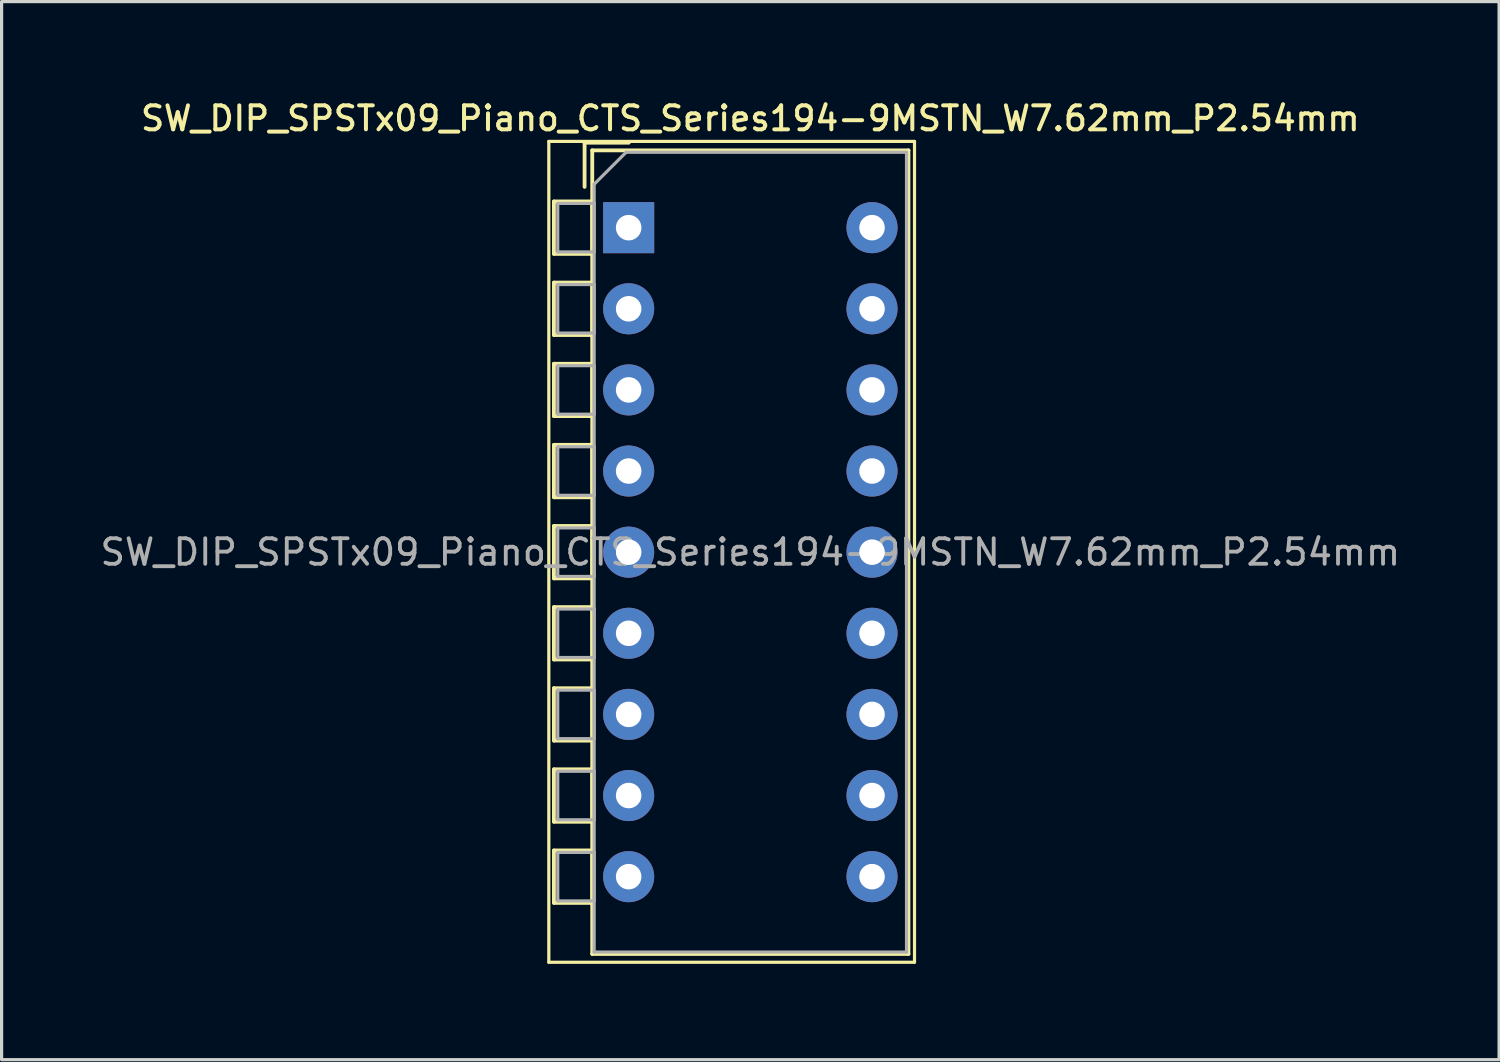
<source format=kicad_pcb>
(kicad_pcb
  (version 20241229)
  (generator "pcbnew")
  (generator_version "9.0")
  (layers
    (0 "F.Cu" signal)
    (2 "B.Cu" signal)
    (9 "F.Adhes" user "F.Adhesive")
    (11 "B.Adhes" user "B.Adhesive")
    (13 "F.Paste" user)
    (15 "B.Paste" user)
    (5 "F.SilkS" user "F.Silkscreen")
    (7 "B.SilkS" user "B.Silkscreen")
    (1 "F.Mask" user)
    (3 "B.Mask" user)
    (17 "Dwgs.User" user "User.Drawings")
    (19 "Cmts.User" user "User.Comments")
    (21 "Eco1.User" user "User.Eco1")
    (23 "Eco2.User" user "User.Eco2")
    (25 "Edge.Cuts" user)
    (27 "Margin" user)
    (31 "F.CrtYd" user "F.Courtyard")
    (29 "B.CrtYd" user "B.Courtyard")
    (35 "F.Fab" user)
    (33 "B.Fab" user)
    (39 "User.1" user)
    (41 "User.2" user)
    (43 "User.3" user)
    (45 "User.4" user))
  (footprint "SW_DIP_SPSTx09_Piano_CTS_Series194-9MSTN_W7.62mm_P2.54mm"
    (layer "F.Cu")
    (at 16.633 4.078)
    (property "Reference" "SW_DIP_SPSTx09_Piano_CTS_Series194-9MSTN_W7.62mm_P2.54mm" (at 3.81 -3.42 0) (layer "F.SilkS") (effects (font (size 0.75 0.75) (thickness 0.125))))
    (attr through_hole)
    (fp_line (start -2.5 -2.7) (end -2.5 23) (stroke (width 0.1) (type solid)) (layer "F.SilkS"))
    (fp_line (start -2.5 23) (end 8.95 23) (stroke (width 0.1) (type solid)) (layer "F.SilkS"))
    (fp_line (start -2.34 -0.82) (end -2.34 0.82) (stroke (width 0.12) (type solid)) (layer "F.SilkS"))
    (fp_line (start -2.34 -0.82) (end -1.14 -0.82) (stroke (width 0.12) (type solid)) (layer "F.SilkS"))
    (fp_line (start -2.34 0.82) (end -1.14 0.82) (stroke (width 0.12) (type solid)) (layer "F.SilkS"))
    (fp_line (start -2.34 1.72) (end -2.34 3.361) (stroke (width 0.12) (type solid)) (layer "F.SilkS"))
    (fp_line (start -2.34 1.72) (end -1.14 1.72) (stroke (width 0.12) (type solid)) (layer "F.SilkS"))
    (fp_line (start -2.34 3.361) (end -1.14 3.361) (stroke (width 0.12) (type solid)) (layer "F.SilkS"))
    (fp_line (start -2.34 4.261) (end -2.34 5.9) (stroke (width 0.12) (type solid)) (layer "F.SilkS"))
    (fp_line (start -2.34 4.261) (end -1.14 4.261) (stroke (width 0.12) (type solid)) (layer "F.SilkS"))
    (fp_line (start -2.34 5.9) (end -1.14 5.9) (stroke (width 0.12) (type solid)) (layer "F.SilkS"))
    (fp_line (start -2.34 6.801) (end -2.34 8.441) (stroke (width 0.12) (type solid)) (layer "F.SilkS"))
    (fp_line (start -2.34 6.801) (end -1.14 6.801) (stroke (width 0.12) (type solid)) (layer "F.SilkS"))
    (fp_line (start -2.34 8.441) (end -1.14 8.441) (stroke (width 0.12) (type solid)) (layer "F.SilkS"))
    (fp_line (start -2.34 9.34) (end -2.34 10.98) (stroke (width 0.12) (type solid)) (layer "F.SilkS"))
    (fp_line (start -2.34 9.34) (end -1.14 9.34) (stroke (width 0.12) (type solid)) (layer "F.SilkS"))
    (fp_line (start -2.34 10.98) (end -1.14 10.98) (stroke (width 0.12) (type solid)) (layer "F.SilkS"))
    (fp_line (start -2.34 11.88) (end -2.34 13.52) (stroke (width 0.12) (type solid)) (layer "F.SilkS"))
    (fp_line (start -2.34 11.88) (end -1.14 11.88) (stroke (width 0.12) (type solid)) (layer "F.SilkS"))
    (fp_line (start -2.34 13.52) (end -1.14 13.52) (stroke (width 0.12) (type solid)) (layer "F.SilkS"))
    (fp_line (start -2.34 14.42) (end -2.34 16.06) (stroke (width 0.12) (type solid)) (layer "F.SilkS"))
    (fp_line (start -2.34 14.42) (end -1.14 14.42) (stroke (width 0.12) (type solid)) (layer "F.SilkS"))
    (fp_line (start -2.34 16.06) (end -1.14 16.06) (stroke (width 0.12) (type solid)) (layer "F.SilkS"))
    (fp_line (start -2.34 16.96) (end -2.34 18.6) (stroke (width 0.12) (type solid)) (layer "F.SilkS"))
    (fp_line (start -2.34 16.96) (end -1.14 16.96) (stroke (width 0.12) (type solid)) (layer "F.SilkS"))
    (fp_line (start -2.34 18.6) (end -1.14 18.6) (stroke (width 0.12) (type solid)) (layer "F.SilkS"))
    (fp_line (start -2.34 19.5) (end -2.34 21.14) (stroke (width 0.12) (type solid)) (layer "F.SilkS"))
    (fp_line (start -2.34 19.5) (end -1.14 19.5) (stroke (width 0.12) (type solid)) (layer "F.SilkS"))
    (fp_line (start -2.34 21.14) (end -1.14 21.14) (stroke (width 0.12) (type solid)) (layer "F.SilkS"))
    (fp_line (start -1.38 -2.66) (end -1.38 -1.277) (stroke (width 0.12) (type solid)) (layer "F.SilkS"))
    (fp_line (start -1.38 -2.66) (end 0.004 -2.66) (stroke (width 0.12) (type solid)) (layer "F.SilkS"))
    (fp_line (start -1.14 -2.42) (end -1.14 22.74) (stroke (width 0.12) (type solid)) (layer "F.SilkS"))
    (fp_line (start -1.14 -2.42) (end 8.76 -2.42) (stroke (width 0.12) (type solid)) (layer "F.SilkS"))
    (fp_line (start -1.14 -0.82) (end -1.14 0.82) (stroke (width 0.12) (type solid)) (layer "F.SilkS"))
    (fp_line (start -1.14 1.72) (end -1.14 3.361) (stroke (width 0.12) (type solid)) (layer "F.SilkS"))
    (fp_line (start -1.14 4.261) (end -1.14 5.9) (stroke (width 0.12) (type solid)) (layer "F.SilkS"))
    (fp_line (start -1.14 6.801) (end -1.14 8.441) (stroke (width 0.12) (type solid)) (layer "F.SilkS"))
    (fp_line (start -1.14 9.34) (end -1.14 10.98) (stroke (width 0.12) (type solid)) (layer "F.SilkS"))
    (fp_line (start -1.14 11.88) (end -1.14 13.52) (stroke (width 0.12) (type solid)) (layer "F.SilkS"))
    (fp_line (start -1.14 14.42) (end -1.14 16.06) (stroke (width 0.12) (type solid)) (layer "F.SilkS"))
    (fp_line (start -1.14 16.96) (end -1.14 18.6) (stroke (width 0.12) (type solid)) (layer "F.SilkS"))
    (fp_line (start -1.14 19.5) (end -1.14 21.14) (stroke (width 0.12) (type solid)) (layer "F.SilkS"))
    (fp_line (start -1.14 22.74) (end 8.76 22.74) (stroke (width 0.12) (type solid)) (layer "F.SilkS"))
    (fp_line (start 8.76 -2.42) (end 8.76 22.74) (stroke (width 0.12) (type solid)) (layer "F.SilkS"))
    (fp_line (start 8.95 -2.7) (end -2.5 -2.7) (stroke (width 0.1) (type solid)) (layer "F.SilkS"))
    (fp_line (start 8.95 23) (end 8.95 -2.7) (stroke (width 0.1) (type solid)) (layer "F.SilkS"))
    (fp_line (start -2.22 -0.76) (end -1.08 -0.76) (stroke (width 0.1) (type solid)) (layer "F.Fab"))
    (fp_line (start -2.22 0.76) (end -2.22 -0.76) (stroke (width 0.1) (type solid)) (layer "F.Fab"))
    (fp_line (start -2.22 1.78) (end -1.08 1.78) (stroke (width 0.1) (type solid)) (layer "F.Fab"))
    (fp_line (start -2.22 3.3) (end -2.22 1.78) (stroke (width 0.1) (type solid)) (layer "F.Fab"))
    (fp_line (start -2.22 4.32) (end -1.08 4.32) (stroke (width 0.1) (type solid)) (layer "F.Fab"))
    (fp_line (start -2.22 5.84) (end -2.22 4.32) (stroke (width 0.1) (type solid)) (layer "F.Fab"))
    (fp_line (start -2.22 6.86) (end -1.08 6.86) (stroke (width 0.1) (type solid)) (layer "F.Fab"))
    (fp_line (start -2.22 8.38) (end -2.22 6.86) (stroke (width 0.1) (type solid)) (layer "F.Fab"))
    (fp_line (start -2.22 9.4) (end -1.08 9.4) (stroke (width 0.1) (type solid)) (layer "F.Fab"))
    (fp_line (start -2.22 10.92) (end -2.22 9.4) (stroke (width 0.1) (type solid)) (layer "F.Fab"))
    (fp_line (start -2.22 11.94) (end -1.08 11.94) (stroke (width 0.1) (type solid)) (layer "F.Fab"))
    (fp_line (start -2.22 13.46) (end -2.22 11.94) (stroke (width 0.1) (type solid)) (layer "F.Fab"))
    (fp_line (start -2.22 14.48) (end -1.08 14.48) (stroke (width 0.1) (type solid)) (layer "F.Fab"))
    (fp_line (start -2.22 16) (end -2.22 14.48) (stroke (width 0.1) (type solid)) (layer "F.Fab"))
    (fp_line (start -2.22 17.02) (end -1.08 17.02) (stroke (width 0.1) (type solid)) (layer "F.Fab"))
    (fp_line (start -2.22 18.54) (end -2.22 17.02) (stroke (width 0.1) (type solid)) (layer "F.Fab"))
    (fp_line (start -2.22 19.56) (end -1.08 19.56) (stroke (width 0.1) (type solid)) (layer "F.Fab"))
    (fp_line (start -2.22 21.08) (end -2.22 19.56) (stroke (width 0.1) (type solid)) (layer "F.Fab"))
    (fp_line (start -1.08 -1.36) (end -0.08 -2.36) (stroke (width 0.1) (type solid)) (layer "F.Fab"))
    (fp_line (start -1.08 -0.76) (end -1.08 0.76) (stroke (width 0.1) (type solid)) (layer "F.Fab"))
    (fp_line (start -1.08 0.76) (end -2.22 0.76) (stroke (width 0.1) (type solid)) (layer "F.Fab"))
    (fp_line (start -1.08 1.78) (end -1.08 3.3) (stroke (width 0.1) (type solid)) (layer "F.Fab"))
    (fp_line (start -1.08 3.3) (end -2.22 3.3) (stroke (width 0.1) (type solid)) (layer "F.Fab"))
    (fp_line (start -1.08 4.32) (end -1.08 5.84) (stroke (width 0.1) (type solid)) (layer "F.Fab"))
    (fp_line (start -1.08 5.84) (end -2.22 5.84) (stroke (width 0.1) (type solid)) (layer "F.Fab"))
    (fp_line (start -1.08 6.86) (end -1.08 8.38) (stroke (width 0.1) (type solid)) (layer "F.Fab"))
    (fp_line (start -1.08 8.38) (end -2.22 8.38) (stroke (width 0.1) (type solid)) (layer "F.Fab"))
    (fp_line (start -1.08 9.4) (end -1.08 10.92) (stroke (width 0.1) (type solid)) (layer "F.Fab"))
    (fp_line (start -1.08 10.92) (end -2.22 10.92) (stroke (width 0.1) (type solid)) (layer "F.Fab"))
    (fp_line (start -1.08 11.94) (end -1.08 13.46) (stroke (width 0.1) (type solid)) (layer "F.Fab"))
    (fp_line (start -1.08 13.46) (end -2.22 13.46) (stroke (width 0.1) (type solid)) (layer "F.Fab"))
    (fp_line (start -1.08 14.48) (end -1.08 16) (stroke (width 0.1) (type solid)) (layer "F.Fab"))
    (fp_line (start -1.08 16) (end -2.22 16) (stroke (width 0.1) (type solid)) (layer "F.Fab"))
    (fp_line (start -1.08 17.02) (end -1.08 18.54) (stroke (width 0.1) (type solid)) (layer "F.Fab"))
    (fp_line (start -1.08 18.54) (end -2.22 18.54) (stroke (width 0.1) (type solid)) (layer "F.Fab"))
    (fp_line (start -1.08 19.56) (end -1.08 21.08) (stroke (width 0.1) (type solid)) (layer "F.Fab"))
    (fp_line (start -1.08 21.08) (end -2.22 21.08) (stroke (width 0.1) (type solid)) (layer "F.Fab"))
    (fp_line (start -1.08 22.68) (end -1.08 -1.36) (stroke (width 0.1) (type solid)) (layer "F.Fab"))
    (fp_line (start -0.08 -2.36) (end 8.7 -2.36) (stroke (width 0.1) (type solid)) (layer "F.Fab"))
    (fp_line (start 8.7 -2.36) (end 8.7 22.68) (stroke (width 0.1) (type solid)) (layer "F.Fab"))
    (fp_line (start 8.7 22.68) (end -1.08 22.68) (stroke (width 0.1) (type solid)) (layer "F.Fab"))
    (fp_text user "${REFERENCE}" (at 3.81 10.16 0) (layer "F.Fab") (effects (font (size 0.8 0.8) (thickness 0.12))))
    (pad "1" thru_hole rect (at 0 0) (size 1.6 1.6) (drill 0.8) (layers "*.Cu" "*.Mask"))
    (pad "2" thru_hole oval (at 0 2.54) (size 1.6 1.6) (drill 0.8) (layers "*.Cu" "*.Mask"))
    (pad "3" thru_hole oval (at 0 5.08) (size 1.6 1.6) (drill 0.8) (layers "*.Cu" "*.Mask"))
    (pad "4" thru_hole oval (at 0 7.62) (size 1.6 1.6) (drill 0.8) (layers "*.Cu" "*.Mask"))
    (pad "5" thru_hole oval (at 0 10.16) (size 1.6 1.6) (drill 0.8) (layers "*.Cu" "*.Mask"))
    (pad "6" thru_hole oval (at 0 12.7) (size 1.6 1.6) (drill 0.8) (layers "*.Cu" "*.Mask"))
    (pad "7" thru_hole oval (at 0 15.24) (size 1.6 1.6) (drill 0.8) (layers "*.Cu" "*.Mask"))
    (pad "8" thru_hole oval (at 0 17.78) (size 1.6 1.6) (drill 0.8) (layers "*.Cu" "*.Mask"))
    (pad "9" thru_hole oval (at 0 20.32) (size 1.6 1.6) (drill 0.8) (layers "*.Cu" "*.Mask"))
    (pad "10" thru_hole oval (at 7.62 20.32) (size 1.6 1.6) (drill 0.8) (layers "*.Cu" "*.Mask"))
    (pad "11" thru_hole oval (at 7.62 17.78) (size 1.6 1.6) (drill 0.8) (layers "*.Cu" "*.Mask"))
    (pad "12" thru_hole oval (at 7.62 15.24) (size 1.6 1.6) (drill 0.8) (layers "*.Cu" "*.Mask"))
    (pad "13" thru_hole oval (at 7.62 12.7) (size 1.6 1.6) (drill 0.8) (layers "*.Cu" "*.Mask"))
    (pad "14" thru_hole oval (at 7.62 10.16) (size 1.6 1.6) (drill 0.8) (layers "*.Cu" "*.Mask"))
    (pad "15" thru_hole oval (at 7.62 7.62) (size 1.6 1.6) (drill 0.8) (layers "*.Cu" "*.Mask"))
    (pad "16" thru_hole oval (at 7.62 5.08) (size 1.6 1.6) (drill 0.8) (layers "*.Cu" "*.Mask"))
    (pad "17" thru_hole oval (at 7.62 2.54) (size 1.6 1.6) (drill 0.8) (layers "*.Cu" "*.Mask"))
    (pad "18" thru_hole oval (at 7.62 0) (size 1.6 1.6) (drill 0.8) (layers "*.Cu" "*.Mask")))
  (gr_rect
    (start -3 -3)
    (end 43.886 30.128)
    (stroke (width 0.1) (type default))
    (fill no)
    (layer "Edge.Cuts")))
</source>
